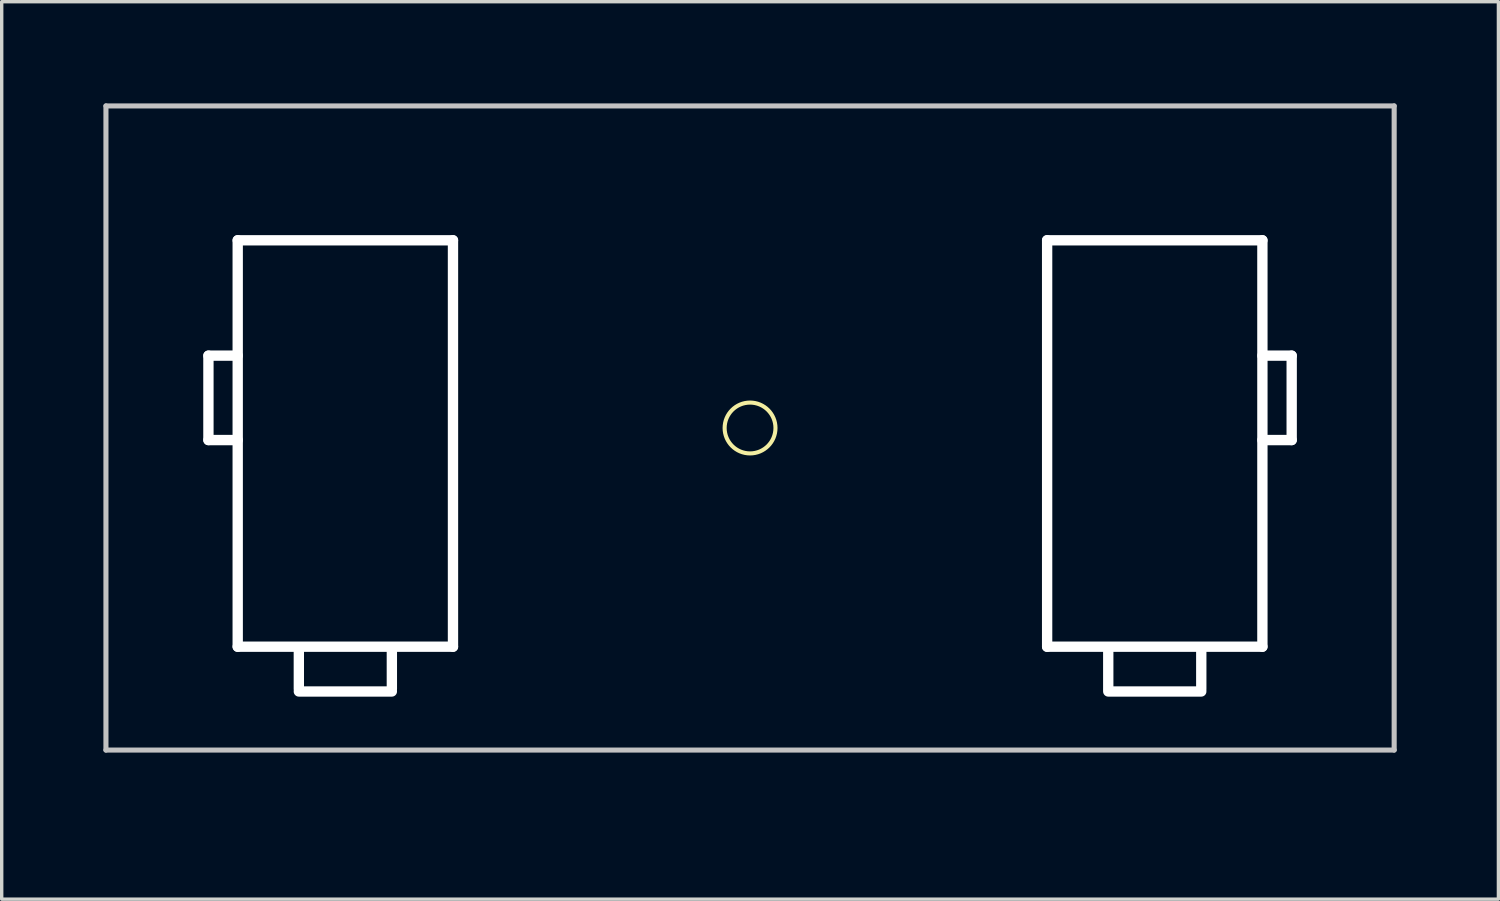
<source format=kicad_pcb>
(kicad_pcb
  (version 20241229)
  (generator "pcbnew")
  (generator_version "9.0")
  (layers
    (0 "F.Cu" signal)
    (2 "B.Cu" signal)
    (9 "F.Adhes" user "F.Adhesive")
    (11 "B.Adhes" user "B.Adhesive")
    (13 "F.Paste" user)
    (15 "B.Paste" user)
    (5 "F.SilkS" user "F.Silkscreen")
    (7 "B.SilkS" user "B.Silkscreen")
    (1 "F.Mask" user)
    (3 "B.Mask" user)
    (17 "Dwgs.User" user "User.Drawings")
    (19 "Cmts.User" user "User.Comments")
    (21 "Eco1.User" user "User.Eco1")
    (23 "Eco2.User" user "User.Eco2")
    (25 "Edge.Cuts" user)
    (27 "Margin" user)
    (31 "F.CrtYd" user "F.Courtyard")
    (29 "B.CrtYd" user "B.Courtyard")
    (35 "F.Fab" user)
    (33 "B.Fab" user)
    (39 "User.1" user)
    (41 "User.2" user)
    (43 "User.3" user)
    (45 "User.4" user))
  (footprint "MX_Stabilizer_Cutout-2u"
    (layer "F.Cu")
    (at 19.075 9.575)
    (property "Reference" "MX_Stabilizer_Cutout-2u" (at 0.25 10.05 0) (layer "Eco2.User") (effects (font (size 1 1) (thickness 0.15))))
    (attr through_hole)
    (fp_circle (center 0 0) (end 0 -0.75) (stroke (width 0.12) (type default)) (fill no) (layer "F.SilkS"))
    (fp_line (start -19 -9.5) (end 19 -9.5) (stroke (width 0.15) (type solid)) (layer "Dwgs.User"))
    (fp_line (start -19 9.5) (end -19 -9.5) (stroke (width 0.15) (type solid)) (layer "Dwgs.User"))
    (fp_line (start 19 -9.5) (end 19 9.5) (stroke (width 0.15) (type solid)) (layer "Dwgs.User"))
    (fp_line (start 19 9.5) (end -19 9.5) (stroke (width 0.15) (type solid)) (layer "Dwgs.User"))
    (pad "" np_thru_hole oval (at -15.977 -0.889) (size 0.305 2.794) (drill oval 0.305 2.794) (layers "*.Cu" "*.Mask"))
    (pad "" np_thru_hole oval (at -15.545 -2.134) (size 1.168 0.305) (drill oval 1.168 0.305) (layers "*.Cu" "*.Mask"))
    (pad "" np_thru_hole oval (at -15.545 0.356) (size 1.168 0.305) (drill oval 1.168 0.305) (layers "*.Cu" "*.Mask"))
    (pad "" np_thru_hole oval (at -15.113 0.457) (size 0.305 12.294) (drill oval 0.305 12.294) (layers "*.Cu" "*.Mask"))
    (pad "" np_thru_hole oval (at -13.31 7.112) (size 0.305 1.473) (drill oval 0.305 1.473) (layers "*.Cu" "*.Mask"))
    (pad "" np_thru_hole oval (at -11.938 -5.537) (size 6.655 0.305) (drill oval 6.655 0.305) (layers "*.Cu" "*.Mask"))
    (pad "" np_thru_hole oval (at -11.938 6.452) (size 6.655 0.305) (drill oval 6.655 0.305) (layers "*.Cu" "*.Mask"))
    (pad "" np_thru_hole oval (at -11.938 7.772) (size 3.048 0.305) (drill oval 3.048 0.305) (layers "*.Cu" "*.Mask"))
    (pad "" np_thru_hole oval (at -10.566 7.112) (size 0.305 1.473) (drill oval 0.305 1.473) (layers "*.Cu" "*.Mask"))
    (pad "" np_thru_hole oval (at -8.763 0.457) (size 0.305 12.294) (drill oval 0.305 12.294) (layers "*.Cu" "*.Mask"))
    (pad "" np_thru_hole oval (at 8.763 0.457) (size 0.305 12.294) (drill oval 0.305 12.294) (layers "*.Cu" "*.Mask"))
    (pad "" np_thru_hole oval (at 10.566 7.112) (size 0.305 1.473) (drill oval 0.305 1.473) (layers "*.Cu" "*.Mask"))
    (pad "" np_thru_hole oval (at 11.938 -5.537) (size 6.655 0.305) (drill oval 6.655 0.305) (layers "*.Cu" "*.Mask"))
    (pad "" np_thru_hole oval (at 11.938 6.452) (size 6.655 0.305) (drill oval 6.655 0.305) (layers "*.Cu" "*.Mask"))
    (pad "" np_thru_hole oval (at 11.938 7.772) (size 3.048 0.305) (drill oval 3.048 0.305) (layers "*.Cu" "*.Mask"))
    (pad "" np_thru_hole oval (at 13.31 7.112) (size 0.305 1.473) (drill oval 0.305 1.473) (layers "*.Cu" "*.Mask"))
    (pad "" np_thru_hole oval (at 15.113 0.457) (size 0.305 12.294) (drill oval 0.305 12.294) (layers "*.Cu" "*.Mask"))
    (pad "" np_thru_hole oval (at 15.545 -2.134) (size 1.168 0.305) (drill oval 1.168 0.305) (layers "*.Cu" "*.Mask"))
    (pad "" np_thru_hole oval (at 15.545 0.356) (size 1.168 0.305) (drill oval 1.168 0.305) (layers "*.Cu" "*.Mask"))
    (pad "" np_thru_hole oval (at 15.977 -0.889) (size 0.305 2.794) (drill oval 0.305 2.794) (layers "*.Cu" "*.Mask")))
  (gr_rect
    (start -3 -3)
    (end 41.15 23.473)
    (stroke (width 0.1) (type default))
    (fill no)
    (layer "Edge.Cuts")))
</source>
